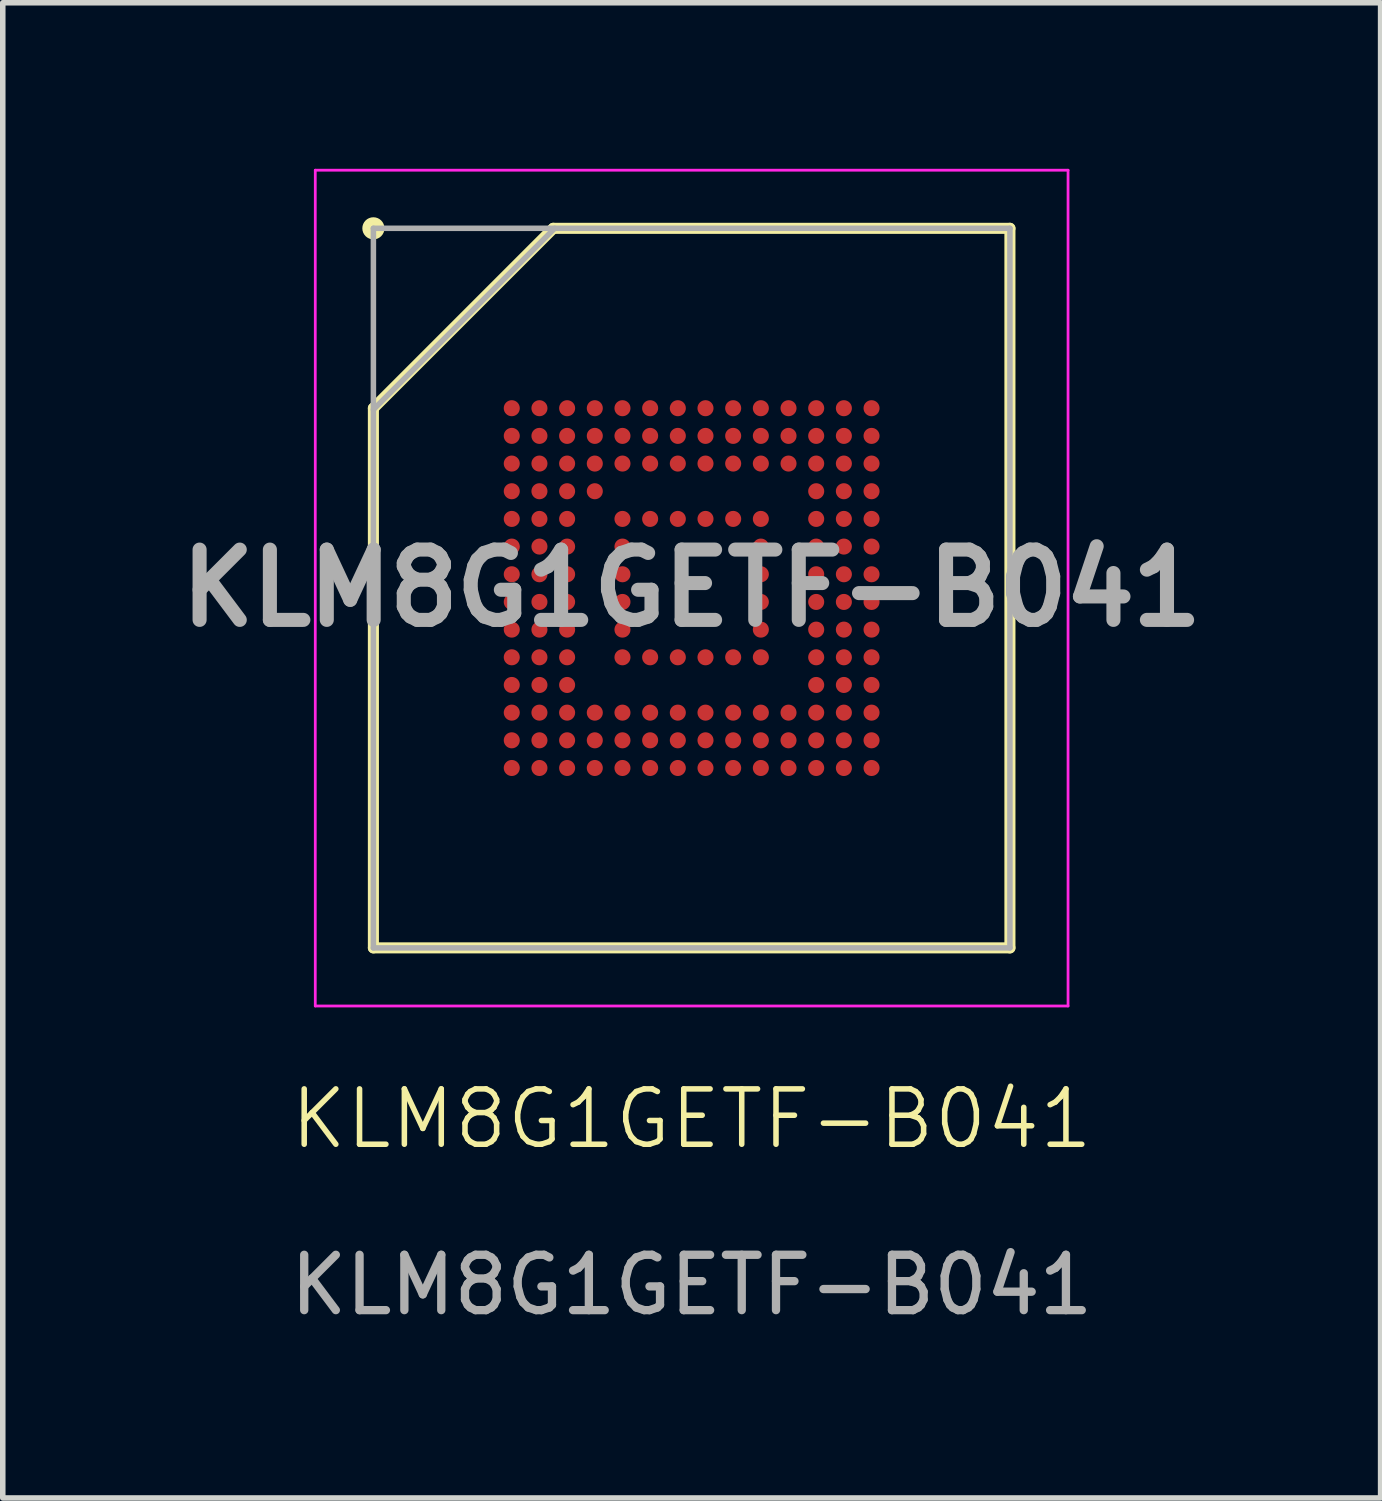
<source format=kicad_pcb>
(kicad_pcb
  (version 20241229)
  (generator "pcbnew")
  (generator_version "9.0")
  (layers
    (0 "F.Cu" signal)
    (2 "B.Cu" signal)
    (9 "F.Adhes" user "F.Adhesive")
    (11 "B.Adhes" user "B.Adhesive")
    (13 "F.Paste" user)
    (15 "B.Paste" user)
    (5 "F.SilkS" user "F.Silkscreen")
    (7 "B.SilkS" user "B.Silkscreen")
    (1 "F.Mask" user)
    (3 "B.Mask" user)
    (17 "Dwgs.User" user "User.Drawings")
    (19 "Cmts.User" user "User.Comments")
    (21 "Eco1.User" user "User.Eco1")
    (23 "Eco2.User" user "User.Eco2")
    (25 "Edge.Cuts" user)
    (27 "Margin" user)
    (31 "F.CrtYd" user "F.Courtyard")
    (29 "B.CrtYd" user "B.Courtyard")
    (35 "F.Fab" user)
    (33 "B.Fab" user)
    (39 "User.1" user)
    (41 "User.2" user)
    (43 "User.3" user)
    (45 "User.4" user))
  (footprint "KLM8G1GETF-B041"
    (layer "F.Cu")
    (at 9.446 17.665)
    (property "Reference" "KLM8G1GETF-B041" (at 0 -0.5 0) (unlocked yes) (layer "F.SilkS") (effects (font (size 1 1) (thickness 0.1))))
    (attr smd)
    (fp_line (start -5.75 -13.34) (end -2.5 -16.59) (stroke (width 0.2) (type solid)) (layer "F.SilkS"))
    (fp_line (start -5.75 -3.59) (end -5.75 -13.34) (stroke (width 0.2) (type solid)) (layer "F.SilkS"))
    (fp_line (start -2.5 -16.59) (end 5.75 -16.59) (stroke (width 0.2) (type solid)) (layer "F.SilkS"))
    (fp_line (start 5.75 -16.59) (end 5.75 -3.59) (stroke (width 0.2) (type solid)) (layer "F.SilkS"))
    (fp_line (start 5.75 -3.59) (end -5.75 -3.59) (stroke (width 0.2) (type solid)) (layer "F.SilkS"))
    (fp_circle (center -5.75 -16.59) (end -5.75 -16.49) (stroke (width 0.2) (type solid)) (fill no) (layer "F.SilkS"))
    (fp_line (start -6.8 -17.64) (end 6.8 -17.64) (stroke (width 0.05) (type solid)) (layer "F.CrtYd"))
    (fp_line (start -6.8 -2.54) (end -6.8 -17.64) (stroke (width 0.05) (type solid)) (layer "F.CrtYd"))
    (fp_line (start 6.8 -17.64) (end 6.8 -2.54) (stroke (width 0.05) (type solid)) (layer "F.CrtYd"))
    (fp_line (start 6.8 -2.54) (end -6.8 -2.54) (stroke (width 0.05) (type solid)) (layer "F.CrtYd"))
    (fp_line (start -5.75 -16.59) (end 5.75 -16.59) (stroke (width 0.1) (type solid)) (layer "F.Fab"))
    (fp_line (start -5.75 -13.315) (end -2.475 -16.59) (stroke (width 0.1) (type solid)) (layer "F.Fab"))
    (fp_line (start -5.75 -3.59) (end -5.75 -16.59) (stroke (width 0.1) (type solid)) (layer "F.Fab"))
    (fp_line (start 5.75 -16.59) (end 5.75 -3.59) (stroke (width 0.1) (type solid)) (layer "F.Fab"))
    (fp_line (start 5.75 -3.59) (end -5.75 -3.59) (stroke (width 0.1) (type solid)) (layer "F.Fab"))
    (fp_text user "${REFERENCE}" (at 0 -10.09 0) (layer "F.Fab") (effects (font (size 1.27 1.27) (thickness 0.254))))
    (fp_text user "${REFERENCE}" (at 0 2.5 0) (unlocked yes) (layer "F.Fab") (effects (font (size 1 1) (thickness 0.15))))
    (pad "A1" smd circle (at -3.25 -13.34 90) (size 0.29 0.29) (layers "F.Cu" "F.Mask" "F.Paste"))
    (pad "A2" smd circle (at -2.75 -13.34 90) (size 0.29 0.29) (layers "F.Cu" "F.Mask" "F.Paste"))
    (pad "A3" smd circle (at -2.25 -13.34 90) (size 0.29 0.29) (layers "F.Cu" "F.Mask" "F.Paste"))
    (pad "A4" smd circle (at -1.75 -13.34 90) (size 0.29 0.29) (layers "F.Cu" "F.Mask" "F.Paste"))
    (pad "A5" smd circle (at -1.25 -13.34 90) (size 0.29 0.29) (layers "F.Cu" "F.Mask" "F.Paste"))
    (pad "A6" smd circle (at -0.75 -13.34 90) (size 0.29 0.29) (layers "F.Cu" "F.Mask" "F.Paste"))
    (pad "A7" smd circle (at -0.25 -13.34 90) (size 0.29 0.29) (layers "F.Cu" "F.Mask" "F.Paste"))
    (pad "A8" smd circle (at 0.25 -13.34 90) (size 0.29 0.29) (layers "F.Cu" "F.Mask" "F.Paste"))
    (pad "A9" smd circle (at 0.75 -13.34 90) (size 0.29 0.29) (layers "F.Cu" "F.Mask" "F.Paste"))
    (pad "A10" smd circle (at 1.25 -13.34 90) (size 0.29 0.29) (layers "F.Cu" "F.Mask" "F.Paste"))
    (pad "A11" smd circle (at 1.75 -13.34 90) (size 0.29 0.29) (layers "F.Cu" "F.Mask" "F.Paste"))
    (pad "A12" smd circle (at 2.25 -13.34 90) (size 0.29 0.29) (layers "F.Cu" "F.Mask" "F.Paste"))
    (pad "A13" smd circle (at 2.75 -13.34 90) (size 0.29 0.29) (layers "F.Cu" "F.Mask" "F.Paste"))
    (pad "A14" smd circle (at 3.25 -13.34 90) (size 0.29 0.29) (layers "F.Cu" "F.Mask" "F.Paste"))
    (pad "B1" smd circle (at -3.25 -12.84 90) (size 0.29 0.29) (layers "F.Cu" "F.Mask" "F.Paste"))
    (pad "B2" smd circle (at -2.75 -12.84 90) (size 0.29 0.29) (layers "F.Cu" "F.Mask" "F.Paste"))
    (pad "B3" smd circle (at -2.25 -12.84 90) (size 0.29 0.29) (layers "F.Cu" "F.Mask" "F.Paste"))
    (pad "B4" smd circle (at -1.75 -12.84 90) (size 0.29 0.29) (layers "F.Cu" "F.Mask" "F.Paste"))
    (pad "B5" smd circle (at -1.25 -12.84 90) (size 0.29 0.29) (layers "F.Cu" "F.Mask" "F.Paste"))
    (pad "B6" smd circle (at -0.75 -12.84 90) (size 0.29 0.29) (layers "F.Cu" "F.Mask" "F.Paste"))
    (pad "B7" smd circle (at -0.25 -12.84 90) (size 0.29 0.29) (layers "F.Cu" "F.Mask" "F.Paste"))
    (pad "B8" smd circle (at 0.25 -12.84 90) (size 0.29 0.29) (layers "F.Cu" "F.Mask" "F.Paste"))
    (pad "B9" smd circle (at 0.75 -12.84 90) (size 0.29 0.29) (layers "F.Cu" "F.Mask" "F.Paste"))
    (pad "B10" smd circle (at 1.25 -12.84 90) (size 0.29 0.29) (layers "F.Cu" "F.Mask" "F.Paste"))
    (pad "B11" smd circle (at 1.75 -12.84 90) (size 0.29 0.29) (layers "F.Cu" "F.Mask" "F.Paste"))
    (pad "B12" smd circle (at 2.25 -12.84 90) (size 0.29 0.29) (layers "F.Cu" "F.Mask" "F.Paste"))
    (pad "B13" smd circle (at 2.75 -12.84 90) (size 0.29 0.29) (layers "F.Cu" "F.Mask" "F.Paste"))
    (pad "B14" smd circle (at 3.25 -12.84 90) (size 0.29 0.29) (layers "F.Cu" "F.Mask" "F.Paste"))
    (pad "C1" smd circle (at -3.25 -12.34 90) (size 0.29 0.29) (layers "F.Cu" "F.Mask" "F.Paste"))
    (pad "C2" smd circle (at -2.75 -12.34 90) (size 0.29 0.29) (layers "F.Cu" "F.Mask" "F.Paste"))
    (pad "C3" smd circle (at -2.25 -12.34 90) (size 0.29 0.29) (layers "F.Cu" "F.Mask" "F.Paste"))
    (pad "C4" smd circle (at -1.75 -12.34 90) (size 0.29 0.29) (layers "F.Cu" "F.Mask" "F.Paste"))
    (pad "C5" smd circle (at -1.25 -12.34 90) (size 0.29 0.29) (layers "F.Cu" "F.Mask" "F.Paste"))
    (pad "C6" smd circle (at -0.75 -12.34 90) (size 0.29 0.29) (layers "F.Cu" "F.Mask" "F.Paste"))
    (pad "C7" smd circle (at -0.25 -12.34 90) (size 0.29 0.29) (layers "F.Cu" "F.Mask" "F.Paste"))
    (pad "C8" smd circle (at 0.25 -12.34 90) (size 0.29 0.29) (layers "F.Cu" "F.Mask" "F.Paste"))
    (pad "C9" smd circle (at 0.75 -12.34 90) (size 0.29 0.29) (layers "F.Cu" "F.Mask" "F.Paste"))
    (pad "C10" smd circle (at 1.25 -12.34 90) (size 0.29 0.29) (layers "F.Cu" "F.Mask" "F.Paste"))
    (pad "C11" smd circle (at 1.75 -12.34 90) (size 0.29 0.29) (layers "F.Cu" "F.Mask" "F.Paste"))
    (pad "C12" smd circle (at 2.25 -12.34 90) (size 0.29 0.29) (layers "F.Cu" "F.Mask" "F.Paste"))
    (pad "C13" smd circle (at 2.75 -12.34 90) (size 0.29 0.29) (layers "F.Cu" "F.Mask" "F.Paste"))
    (pad "C14" smd circle (at 3.25 -12.34 90) (size 0.29 0.29) (layers "F.Cu" "F.Mask" "F.Paste"))
    (pad "D1" smd circle (at -3.25 -11.84 90) (size 0.29 0.29) (layers "F.Cu" "F.Mask" "F.Paste"))
    (pad "D2" smd circle (at -2.75 -11.84 90) (size 0.29 0.29) (layers "F.Cu" "F.Mask" "F.Paste"))
    (pad "D3" smd circle (at -2.25 -11.84 90) (size 0.29 0.29) (layers "F.Cu" "F.Mask" "F.Paste"))
    (pad "D4" smd circle (at -1.75 -11.84 90) (size 0.29 0.29) (layers "F.Cu" "F.Mask" "F.Paste"))
    (pad "D12" smd circle (at 2.25 -11.84 90) (size 0.29 0.29) (layers "F.Cu" "F.Mask" "F.Paste"))
    (pad "D13" smd circle (at 2.75 -11.84 90) (size 0.29 0.29) (layers "F.Cu" "F.Mask" "F.Paste"))
    (pad "D14" smd circle (at 3.25 -11.84 90) (size 0.29 0.29) (layers "F.Cu" "F.Mask" "F.Paste"))
    (pad "E1" smd circle (at -3.25 -11.34 90) (size 0.29 0.29) (layers "F.Cu" "F.Mask" "F.Paste"))
    (pad "E2" smd circle (at -2.75 -11.34 90) (size 0.29 0.29) (layers "F.Cu" "F.Mask" "F.Paste"))
    (pad "E3" smd circle (at -2.25 -11.34 90) (size 0.29 0.29) (layers "F.Cu" "F.Mask" "F.Paste"))
    (pad "E5" smd circle (at -1.25 -11.34 90) (size 0.29 0.29) (layers "F.Cu" "F.Mask" "F.Paste"))
    (pad "E6" smd circle (at -0.75 -11.34 90) (size 0.29 0.29) (layers "F.Cu" "F.Mask" "F.Paste"))
    (pad "E7" smd circle (at -0.25 -11.34 90) (size 0.29 0.29) (layers "F.Cu" "F.Mask" "F.Paste"))
    (pad "E8" smd circle (at 0.25 -11.34 90) (size 0.29 0.29) (layers "F.Cu" "F.Mask" "F.Paste"))
    (pad "E9" smd circle (at 0.75 -11.34 90) (size 0.29 0.29) (layers "F.Cu" "F.Mask" "F.Paste"))
    (pad "E10" smd circle (at 1.25 -11.34 90) (size 0.29 0.29) (layers "F.Cu" "F.Mask" "F.Paste"))
    (pad "E12" smd circle (at 2.25 -11.34 90) (size 0.29 0.29) (layers "F.Cu" "F.Mask" "F.Paste"))
    (pad "E13" smd circle (at 2.75 -11.34 90) (size 0.29 0.29) (layers "F.Cu" "F.Mask" "F.Paste"))
    (pad "E14" smd circle (at 3.25 -11.34 90) (size 0.29 0.29) (layers "F.Cu" "F.Mask" "F.Paste"))
    (pad "F1" smd circle (at -3.25 -10.84 90) (size 0.29 0.29) (layers "F.Cu" "F.Mask" "F.Paste"))
    (pad "F2" smd circle (at -2.75 -10.84 90) (size 0.29 0.29) (layers "F.Cu" "F.Mask" "F.Paste"))
    (pad "F3" smd circle (at -2.25 -10.84 90) (size 0.29 0.29) (layers "F.Cu" "F.Mask" "F.Paste"))
    (pad "F5" smd circle (at -1.25 -10.84 90) (size 0.29 0.29) (layers "F.Cu" "F.Mask" "F.Paste"))
    (pad "F10" smd circle (at 1.25 -10.84 90) (size 0.29 0.29) (layers "F.Cu" "F.Mask" "F.Paste"))
    (pad "F12" smd circle (at 2.25 -10.84 90) (size 0.29 0.29) (layers "F.Cu" "F.Mask" "F.Paste"))
    (pad "F13" smd circle (at 2.75 -10.84 90) (size 0.29 0.29) (layers "F.Cu" "F.Mask" "F.Paste"))
    (pad "F14" smd circle (at 3.25 -10.84 90) (size 0.29 0.29) (layers "F.Cu" "F.Mask" "F.Paste"))
    (pad "G1" smd circle (at -3.25 -10.34 90) (size 0.29 0.29) (layers "F.Cu" "F.Mask" "F.Paste"))
    (pad "G2" smd circle (at -2.75 -10.34 90) (size 0.29 0.29) (layers "F.Cu" "F.Mask" "F.Paste"))
    (pad "G3" smd circle (at -2.25 -10.34 90) (size 0.29 0.29) (layers "F.Cu" "F.Mask" "F.Paste"))
    (pad "G5" smd circle (at -1.25 -10.34 90) (size 0.29 0.29) (layers "F.Cu" "F.Mask" "F.Paste"))
    (pad "G10" smd circle (at 1.25 -10.34 90) (size 0.29 0.29) (layers "F.Cu" "F.Mask" "F.Paste"))
    (pad "G12" smd circle (at 2.25 -10.34 90) (size 0.29 0.29) (layers "F.Cu" "F.Mask" "F.Paste"))
    (pad "G13" smd circle (at 2.75 -10.34 90) (size 0.29 0.29) (layers "F.Cu" "F.Mask" "F.Paste"))
    (pad "G14" smd circle (at 3.25 -10.34 90) (size 0.29 0.29) (layers "F.Cu" "F.Mask" "F.Paste"))
    (pad "H1" smd circle (at -3.25 -9.84 90) (size 0.29 0.29) (layers "F.Cu" "F.Mask" "F.Paste"))
    (pad "H2" smd circle (at -2.75 -9.84 90) (size 0.29 0.29) (layers "F.Cu" "F.Mask" "F.Paste"))
    (pad "H3" smd circle (at -2.25 -9.84 90) (size 0.29 0.29) (layers "F.Cu" "F.Mask" "F.Paste"))
    (pad "H5" smd circle (at -1.25 -9.84 90) (size 0.29 0.29) (layers "F.Cu" "F.Mask" "F.Paste"))
    (pad "H10" smd circle (at 1.25 -9.84 90) (size 0.29 0.29) (layers "F.Cu" "F.Mask" "F.Paste"))
    (pad "H12" smd circle (at 2.25 -9.84 90) (size 0.29 0.29) (layers "F.Cu" "F.Mask" "F.Paste"))
    (pad "H13" smd circle (at 2.75 -9.84 90) (size 0.29 0.29) (layers "F.Cu" "F.Mask" "F.Paste"))
    (pad "H14" smd circle (at 3.25 -9.84 90) (size 0.29 0.29) (layers "F.Cu" "F.Mask" "F.Paste"))
    (pad "J1" smd circle (at -3.25 -9.34 90) (size 0.29 0.29) (layers "F.Cu" "F.Mask" "F.Paste"))
    (pad "J2" smd circle (at -2.75 -9.34 90) (size 0.29 0.29) (layers "F.Cu" "F.Mask" "F.Paste"))
    (pad "J3" smd circle (at -2.25 -9.34 90) (size 0.29 0.29) (layers "F.Cu" "F.Mask" "F.Paste"))
    (pad "J5" smd circle (at -1.25 -9.34 90) (size 0.29 0.29) (layers "F.Cu" "F.Mask" "F.Paste"))
    (pad "J10" smd circle (at 1.25 -9.34 90) (size 0.29 0.29) (layers "F.Cu" "F.Mask" "F.Paste"))
    (pad "J12" smd circle (at 2.25 -9.34 90) (size 0.29 0.29) (layers "F.Cu" "F.Mask" "F.Paste"))
    (pad "J13" smd circle (at 2.75 -9.34 90) (size 0.29 0.29) (layers "F.Cu" "F.Mask" "F.Paste"))
    (pad "J14" smd circle (at 3.25 -9.34 90) (size 0.29 0.29) (layers "F.Cu" "F.Mask" "F.Paste"))
    (pad "K1" smd circle (at -3.25 -8.84 90) (size 0.29 0.29) (layers "F.Cu" "F.Mask" "F.Paste"))
    (pad "K2" smd circle (at -2.75 -8.84 90) (size 0.29 0.29) (layers "F.Cu" "F.Mask" "F.Paste"))
    (pad "K3" smd circle (at -2.25 -8.84 90) (size 0.29 0.29) (layers "F.Cu" "F.Mask" "F.Paste"))
    (pad "K5" smd circle (at -1.25 -8.84 90) (size 0.29 0.29) (layers "F.Cu" "F.Mask" "F.Paste"))
    (pad "K6" smd circle (at -0.75 -8.84 90) (size 0.29 0.29) (layers "F.Cu" "F.Mask" "F.Paste"))
    (pad "K7" smd circle (at -0.25 -8.84 90) (size 0.29 0.29) (layers "F.Cu" "F.Mask" "F.Paste"))
    (pad "K8" smd circle (at 0.25 -8.84 90) (size 0.29 0.29) (layers "F.Cu" "F.Mask" "F.Paste"))
    (pad "K9" smd circle (at 0.75 -8.84 90) (size 0.29 0.29) (layers "F.Cu" "F.Mask" "F.Paste"))
    (pad "K10" smd circle (at 1.25 -8.84 90) (size 0.29 0.29) (layers "F.Cu" "F.Mask" "F.Paste"))
    (pad "K12" smd circle (at 2.25 -8.84 90) (size 0.29 0.29) (layers "F.Cu" "F.Mask" "F.Paste"))
    (pad "K13" smd circle (at 2.75 -8.84 90) (size 0.29 0.29) (layers "F.Cu" "F.Mask" "F.Paste"))
    (pad "K14" smd circle (at 3.25 -8.84 90) (size 0.29 0.29) (layers "F.Cu" "F.Mask" "F.Paste"))
    (pad "L1" smd circle (at -3.25 -8.34 90) (size 0.29 0.29) (layers "F.Cu" "F.Mask" "F.Paste"))
    (pad "L2" smd circle (at -2.75 -8.34 90) (size 0.29 0.29) (layers "F.Cu" "F.Mask" "F.Paste"))
    (pad "L3" smd circle (at -2.25 -8.34 90) (size 0.29 0.29) (layers "F.Cu" "F.Mask" "F.Paste"))
    (pad "L12" smd circle (at 2.25 -8.34 90) (size 0.29 0.29) (layers "F.Cu" "F.Mask" "F.Paste"))
    (pad "L13" smd circle (at 2.75 -8.34 90) (size 0.29 0.29) (layers "F.Cu" "F.Mask" "F.Paste"))
    (pad "L14" smd circle (at 3.25 -8.34 90) (size 0.29 0.29) (layers "F.Cu" "F.Mask" "F.Paste"))
    (pad "M1" smd circle (at -3.25 -7.84 90) (size 0.29 0.29) (layers "F.Cu" "F.Mask" "F.Paste"))
    (pad "M2" smd circle (at -2.75 -7.84 90) (size 0.29 0.29) (layers "F.Cu" "F.Mask" "F.Paste"))
    (pad "M3" smd circle (at -2.25 -7.84 90) (size 0.29 0.29) (layers "F.Cu" "F.Mask" "F.Paste"))
    (pad "M4" smd circle (at -1.75 -7.84 90) (size 0.29 0.29) (layers "F.Cu" "F.Mask" "F.Paste"))
    (pad "M5" smd circle (at -1.25 -7.84 90) (size 0.29 0.29) (layers "F.Cu" "F.Mask" "F.Paste"))
    (pad "M6" smd circle (at -0.75 -7.84 90) (size 0.29 0.29) (layers "F.Cu" "F.Mask" "F.Paste"))
    (pad "M7" smd circle (at -0.25 -7.84 90) (size 0.29 0.29) (layers "F.Cu" "F.Mask" "F.Paste"))
    (pad "M8" smd circle (at 0.25 -7.84 90) (size 0.29 0.29) (layers "F.Cu" "F.Mask" "F.Paste"))
    (pad "M9" smd circle (at 0.75 -7.84 90) (size 0.29 0.29) (layers "F.Cu" "F.Mask" "F.Paste"))
    (pad "M10" smd circle (at 1.25 -7.84 90) (size 0.29 0.29) (layers "F.Cu" "F.Mask" "F.Paste"))
    (pad "M11" smd circle (at 1.75 -7.84 90) (size 0.29 0.29) (layers "F.Cu" "F.Mask" "F.Paste"))
    (pad "M12" smd circle (at 2.25 -7.84 90) (size 0.29 0.29) (layers "F.Cu" "F.Mask" "F.Paste"))
    (pad "M13" smd circle (at 2.75 -7.84 90) (size 0.29 0.29) (layers "F.Cu" "F.Mask" "F.Paste"))
    (pad "M14" smd circle (at 3.25 -7.84 90) (size 0.29 0.29) (layers "F.Cu" "F.Mask" "F.Paste"))
    (pad "N1" smd circle (at -3.25 -7.34 90) (size 0.29 0.29) (layers "F.Cu" "F.Mask" "F.Paste"))
    (pad "N2" smd circle (at -2.75 -7.34 90) (size 0.29 0.29) (layers "F.Cu" "F.Mask" "F.Paste"))
    (pad "N3" smd circle (at -2.25 -7.34 90) (size 0.29 0.29) (layers "F.Cu" "F.Mask" "F.Paste"))
    (pad "N4" smd circle (at -1.75 -7.34 90) (size 0.29 0.29) (layers "F.Cu" "F.Mask" "F.Paste"))
    (pad "N5" smd circle (at -1.25 -7.34 90) (size 0.29 0.29) (layers "F.Cu" "F.Mask" "F.Paste"))
    (pad "N6" smd circle (at -0.75 -7.34 90) (size 0.29 0.29) (layers "F.Cu" "F.Mask" "F.Paste"))
    (pad "N7" smd circle (at -0.25 -7.34 90) (size 0.29 0.29) (layers "F.Cu" "F.Mask" "F.Paste"))
    (pad "N8" smd circle (at 0.25 -7.34 90) (size 0.29 0.29) (layers "F.Cu" "F.Mask" "F.Paste"))
    (pad "N9" smd circle (at 0.75 -7.34 90) (size 0.29 0.29) (layers "F.Cu" "F.Mask" "F.Paste"))
    (pad "N10" smd circle (at 1.25 -7.34 90) (size 0.29 0.29) (layers "F.Cu" "F.Mask" "F.Paste"))
    (pad "N11" smd circle (at 1.75 -7.34 90) (size 0.29 0.29) (layers "F.Cu" "F.Mask" "F.Paste"))
    (pad "N12" smd circle (at 2.25 -7.34 90) (size 0.29 0.29) (layers "F.Cu" "F.Mask" "F.Paste"))
    (pad "N13" smd circle (at 2.75 -7.34 90) (size 0.29 0.29) (layers "F.Cu" "F.Mask" "F.Paste"))
    (pad "N14" smd circle (at 3.25 -7.34 90) (size 0.29 0.29) (layers "F.Cu" "F.Mask" "F.Paste"))
    (pad "P1" smd circle (at -3.25 -6.84 90) (size 0.29 0.29) (layers "F.Cu" "F.Mask" "F.Paste"))
    (pad "P2" smd circle (at -2.75 -6.84 90) (size 0.29 0.29) (layers "F.Cu" "F.Mask" "F.Paste"))
    (pad "P3" smd circle (at -2.25 -6.84 90) (size 0.29 0.29) (layers "F.Cu" "F.Mask" "F.Paste"))
    (pad "P4" smd circle (at -1.75 -6.84 90) (size 0.29 0.29) (layers "F.Cu" "F.Mask" "F.Paste"))
    (pad "P5" smd circle (at -1.25 -6.84 90) (size 0.29 0.29) (layers "F.Cu" "F.Mask" "F.Paste"))
    (pad "P6" smd circle (at -0.75 -6.84 90) (size 0.29 0.29) (layers "F.Cu" "F.Mask" "F.Paste"))
    (pad "P7" smd circle (at -0.25 -6.84 90) (size 0.29 0.29) (layers "F.Cu" "F.Mask" "F.Paste"))
    (pad "P8" smd circle (at 0.25 -6.84 90) (size 0.29 0.29) (layers "F.Cu" "F.Mask" "F.Paste"))
    (pad "P9" smd circle (at 0.75 -6.84 90) (size 0.29 0.29) (layers "F.Cu" "F.Mask" "F.Paste"))
    (pad "P10" smd circle (at 1.25 -6.84 90) (size 0.29 0.29) (layers "F.Cu" "F.Mask" "F.Paste"))
    (pad "P11" smd circle (at 1.75 -6.84 90) (size 0.29 0.29) (layers "F.Cu" "F.Mask" "F.Paste"))
    (pad "P12" smd circle (at 2.25 -6.84 90) (size 0.29 0.29) (layers "F.Cu" "F.Mask" "F.Paste"))
    (pad "P13" smd circle (at 2.75 -6.84 90) (size 0.29 0.29) (layers "F.Cu" "F.Mask" "F.Paste"))
    (pad "P14" smd circle (at 3.25 -6.84 90) (size 0.29 0.29) (layers "F.Cu" "F.Mask" "F.Paste")))
  (gr_rect
    (start -3 -3)
    (end 21.893 24.013)
    (stroke (width 0.1) (type default))
    (fill no)
    (layer "Edge.Cuts")))
</source>
